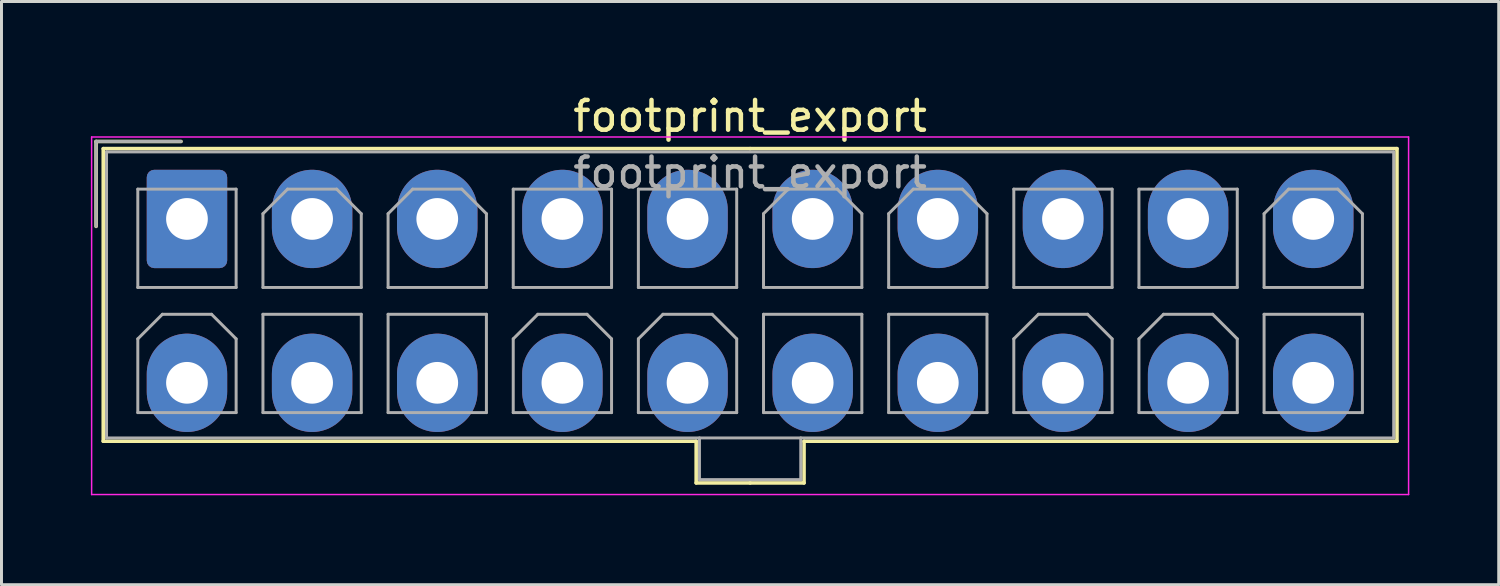
<source format=kicad_pcb>
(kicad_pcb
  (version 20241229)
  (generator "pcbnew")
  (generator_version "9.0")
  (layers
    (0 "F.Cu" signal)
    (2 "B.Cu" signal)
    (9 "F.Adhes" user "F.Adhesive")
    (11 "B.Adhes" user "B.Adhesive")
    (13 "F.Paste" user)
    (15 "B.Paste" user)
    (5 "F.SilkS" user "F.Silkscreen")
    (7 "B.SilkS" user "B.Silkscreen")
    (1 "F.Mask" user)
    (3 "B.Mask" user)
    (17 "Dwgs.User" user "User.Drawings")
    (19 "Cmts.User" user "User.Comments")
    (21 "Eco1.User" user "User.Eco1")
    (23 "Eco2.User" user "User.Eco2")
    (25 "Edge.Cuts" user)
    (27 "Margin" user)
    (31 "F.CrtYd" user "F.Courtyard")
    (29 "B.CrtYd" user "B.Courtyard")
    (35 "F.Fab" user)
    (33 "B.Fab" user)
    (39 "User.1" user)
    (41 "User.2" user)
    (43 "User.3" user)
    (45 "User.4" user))
  (footprint "footprint_export"
    (layer "F.Cu")
    (at 3.225 4.298)
    (property "Reference" "footprint_export" (at 18.9 -3.45 0) (layer "F.SilkS") (effects (font (size 1 1) (thickness 0.15))))
    (attr through_hole)
    (fp_line (start -3.05 -2.6) (end -3.05 0.25) (stroke (width 0.12) (type solid)) (layer "F.SilkS"))
    (fp_line (start -2.81 -2.36) (end -2.81 7.46) (stroke (width 0.12) (type solid)) (layer "F.SilkS"))
    (fp_line (start -2.81 7.46) (end 17.09 7.46) (stroke (width 0.12) (type solid)) (layer "F.SilkS"))
    (fp_line (start -0.2 -2.6) (end -3.05 -2.6) (stroke (width 0.12) (type solid)) (layer "F.SilkS"))
    (fp_line (start 17.09 7.46) (end 17.09 8.86) (stroke (width 0.12) (type solid)) (layer "F.SilkS"))
    (fp_line (start 17.09 8.86) (end 18.9 8.86) (stroke (width 0.12) (type solid)) (layer "F.SilkS"))
    (fp_line (start 18.9 -2.36) (end -2.81 -2.36) (stroke (width 0.12) (type solid)) (layer "F.SilkS"))
    (fp_line (start 18.9 -2.36) (end 40.61 -2.36) (stroke (width 0.12) (type solid)) (layer "F.SilkS"))
    (fp_line (start 20.71 7.46) (end 20.71 8.86) (stroke (width 0.12) (type solid)) (layer "F.SilkS"))
    (fp_line (start 20.71 8.86) (end 18.9 8.86) (stroke (width 0.12) (type solid)) (layer "F.SilkS"))
    (fp_line (start 40.61 -2.36) (end 40.61 7.46) (stroke (width 0.12) (type solid)) (layer "F.SilkS"))
    (fp_line (start 40.61 7.46) (end 20.71 7.46) (stroke (width 0.12) (type solid)) (layer "F.SilkS"))
    (fp_line (start -3.2 -2.75) (end -3.2 9.25) (stroke (width 0.05) (type solid)) (layer "F.CrtYd"))
    (fp_line (start -3.2 9.25) (end 41 9.25) (stroke (width 0.05) (type solid)) (layer "F.CrtYd"))
    (fp_line (start 41 -2.75) (end -3.2 -2.75) (stroke (width 0.05) (type solid)) (layer "F.CrtYd"))
    (fp_line (start 41 9.25) (end 41 -2.75) (stroke (width 0.05) (type solid)) (layer "F.CrtYd"))
    (fp_line (start -3.05 -2.6) (end -3.05 0.25) (stroke (width 0.1) (type solid)) (layer "F.Fab"))
    (fp_line (start -2.7 -2.25) (end -2.7 7.35) (stroke (width 0.1) (type solid)) (layer "F.Fab"))
    (fp_line (start -2.7 7.35) (end 40.5 7.35) (stroke (width 0.1) (type solid)) (layer "F.Fab"))
    (fp_line (start -1.65 -1) (end -1.65 2.3) (stroke (width 0.1) (type solid)) (layer "F.Fab"))
    (fp_line (start -1.65 2.3) (end 1.65 2.3) (stroke (width 0.1) (type solid)) (layer "F.Fab"))
    (fp_line (start -1.65 4.025) (end -0.825 3.2) (stroke (width 0.1) (type solid)) (layer "F.Fab"))
    (fp_line (start -1.65 6.5) (end -1.65 4.025) (stroke (width 0.1) (type solid)) (layer "F.Fab"))
    (fp_line (start -0.825 3.2) (end 0.825 3.2) (stroke (width 0.1) (type solid)) (layer "F.Fab"))
    (fp_line (start -0.2 -2.6) (end -3.05 -2.6) (stroke (width 0.1) (type solid)) (layer "F.Fab"))
    (fp_line (start 0.825 3.2) (end 1.65 4.025) (stroke (width 0.1) (type solid)) (layer "F.Fab"))
    (fp_line (start 1.65 -1) (end -1.65 -1) (stroke (width 0.1) (type solid)) (layer "F.Fab"))
    (fp_line (start 1.65 2.3) (end 1.65 -1) (stroke (width 0.1) (type solid)) (layer "F.Fab"))
    (fp_line (start 1.65 4.025) (end 1.65 6.5) (stroke (width 0.1) (type solid)) (layer "F.Fab"))
    (fp_line (start 1.65 6.5) (end -1.65 6.5) (stroke (width 0.1) (type solid)) (layer "F.Fab"))
    (fp_line (start 2.55 -0.175) (end 3.375 -1) (stroke (width 0.1) (type solid)) (layer "F.Fab"))
    (fp_line (start 2.55 2.3) (end 2.55 -0.175) (stroke (width 0.1) (type solid)) (layer "F.Fab"))
    (fp_line (start 2.55 3.2) (end 2.55 6.5) (stroke (width 0.1) (type solid)) (layer "F.Fab"))
    (fp_line (start 2.55 6.5) (end 5.85 6.5) (stroke (width 0.1) (type solid)) (layer "F.Fab"))
    (fp_line (start 3.375 -1) (end 5.025 -1) (stroke (width 0.1) (type solid)) (layer "F.Fab"))
    (fp_line (start 5.025 -1) (end 5.85 -0.175) (stroke (width 0.1) (type solid)) (layer "F.Fab"))
    (fp_line (start 5.85 -0.175) (end 5.85 2.3) (stroke (width 0.1) (type solid)) (layer "F.Fab"))
    (fp_line (start 5.85 2.3) (end 2.55 2.3) (stroke (width 0.1) (type solid)) (layer "F.Fab"))
    (fp_line (start 5.85 3.2) (end 2.55 3.2) (stroke (width 0.1) (type solid)) (layer "F.Fab"))
    (fp_line (start 5.85 6.5) (end 5.85 3.2) (stroke (width 0.1) (type solid)) (layer "F.Fab"))
    (fp_line (start 6.75 -0.175) (end 7.575 -1) (stroke (width 0.1) (type solid)) (layer "F.Fab"))
    (fp_line (start 6.75 2.3) (end 6.75 -0.175) (stroke (width 0.1) (type solid)) (layer "F.Fab"))
    (fp_line (start 6.75 3.2) (end 6.75 6.5) (stroke (width 0.1) (type solid)) (layer "F.Fab"))
    (fp_line (start 6.75 6.5) (end 10.05 6.5) (stroke (width 0.1) (type solid)) (layer "F.Fab"))
    (fp_line (start 7.575 -1) (end 9.225 -1) (stroke (width 0.1) (type solid)) (layer "F.Fab"))
    (fp_line (start 9.225 -1) (end 10.05 -0.175) (stroke (width 0.1) (type solid)) (layer "F.Fab"))
    (fp_line (start 10.05 -0.175) (end 10.05 2.3) (stroke (width 0.1) (type solid)) (layer "F.Fab"))
    (fp_line (start 10.05 2.3) (end 6.75 2.3) (stroke (width 0.1) (type solid)) (layer "F.Fab"))
    (fp_line (start 10.05 3.2) (end 6.75 3.2) (stroke (width 0.1) (type solid)) (layer "F.Fab"))
    (fp_line (start 10.05 6.5) (end 10.05 3.2) (stroke (width 0.1) (type solid)) (layer "F.Fab"))
    (fp_line (start 10.95 -1) (end 10.95 2.3) (stroke (width 0.1) (type solid)) (layer "F.Fab"))
    (fp_line (start 10.95 2.3) (end 14.25 2.3) (stroke (width 0.1) (type solid)) (layer "F.Fab"))
    (fp_line (start 10.95 4.025) (end 11.775 3.2) (stroke (width 0.1) (type solid)) (layer "F.Fab"))
    (fp_line (start 10.95 6.5) (end 10.95 4.025) (stroke (width 0.1) (type solid)) (layer "F.Fab"))
    (fp_line (start 11.775 3.2) (end 13.425 3.2) (stroke (width 0.1) (type solid)) (layer "F.Fab"))
    (fp_line (start 13.425 3.2) (end 14.25 4.025) (stroke (width 0.1) (type solid)) (layer "F.Fab"))
    (fp_line (start 14.25 -1) (end 10.95 -1) (stroke (width 0.1) (type solid)) (layer "F.Fab"))
    (fp_line (start 14.25 2.3) (end 14.25 -1) (stroke (width 0.1) (type solid)) (layer "F.Fab"))
    (fp_line (start 14.25 4.025) (end 14.25 6.5) (stroke (width 0.1) (type solid)) (layer "F.Fab"))
    (fp_line (start 14.25 6.5) (end 10.95 6.5) (stroke (width 0.1) (type solid)) (layer "F.Fab"))
    (fp_line (start 15.15 -1) (end 15.15 2.3) (stroke (width 0.1) (type solid)) (layer "F.Fab"))
    (fp_line (start 15.15 2.3) (end 18.45 2.3) (stroke (width 0.1) (type solid)) (layer "F.Fab"))
    (fp_line (start 15.15 4.025) (end 15.975 3.2) (stroke (width 0.1) (type solid)) (layer "F.Fab"))
    (fp_line (start 15.15 6.5) (end 15.15 4.025) (stroke (width 0.1) (type solid)) (layer "F.Fab"))
    (fp_line (start 15.975 3.2) (end 17.625 3.2) (stroke (width 0.1) (type solid)) (layer "F.Fab"))
    (fp_line (start 17.2 7.35) (end 17.2 8.75) (stroke (width 0.1) (type solid)) (layer "F.Fab"))
    (fp_line (start 17.2 8.75) (end 20.6 8.75) (stroke (width 0.1) (type solid)) (layer "F.Fab"))
    (fp_line (start 17.625 3.2) (end 18.45 4.025) (stroke (width 0.1) (type solid)) (layer "F.Fab"))
    (fp_line (start 18.45 -1) (end 15.15 -1) (stroke (width 0.1) (type solid)) (layer "F.Fab"))
    (fp_line (start 18.45 2.3) (end 18.45 -1) (stroke (width 0.1) (type solid)) (layer "F.Fab"))
    (fp_line (start 18.45 4.025) (end 18.45 6.5) (stroke (width 0.1) (type solid)) (layer "F.Fab"))
    (fp_line (start 18.45 6.5) (end 15.15 6.5) (stroke (width 0.1) (type solid)) (layer "F.Fab"))
    (fp_line (start 19.35 -0.175) (end 20.175 -1) (stroke (width 0.1) (type solid)) (layer "F.Fab"))
    (fp_line (start 19.35 2.3) (end 19.35 -0.175) (stroke (width 0.1) (type solid)) (layer "F.Fab"))
    (fp_line (start 19.35 3.2) (end 19.35 6.5) (stroke (width 0.1) (type solid)) (layer "F.Fab"))
    (fp_line (start 19.35 6.5) (end 22.65 6.5) (stroke (width 0.1) (type solid)) (layer "F.Fab"))
    (fp_line (start 20.175 -1) (end 21.825 -1) (stroke (width 0.1) (type solid)) (layer "F.Fab"))
    (fp_line (start 20.6 8.75) (end 20.6 7.35) (stroke (width 0.1) (type solid)) (layer "F.Fab"))
    (fp_line (start 21.825 -1) (end 22.65 -0.175) (stroke (width 0.1) (type solid)) (layer "F.Fab"))
    (fp_line (start 22.65 -0.175) (end 22.65 2.3) (stroke (width 0.1) (type solid)) (layer "F.Fab"))
    (fp_line (start 22.65 2.3) (end 19.35 2.3) (stroke (width 0.1) (type solid)) (layer "F.Fab"))
    (fp_line (start 22.65 3.2) (end 19.35 3.2) (stroke (width 0.1) (type solid)) (layer "F.Fab"))
    (fp_line (start 22.65 6.5) (end 22.65 3.2) (stroke (width 0.1) (type solid)) (layer "F.Fab"))
    (fp_line (start 23.55 -0.175) (end 24.375 -1) (stroke (width 0.1) (type solid)) (layer "F.Fab"))
    (fp_line (start 23.55 2.3) (end 23.55 -0.175) (stroke (width 0.1) (type solid)) (layer "F.Fab"))
    (fp_line (start 23.55 3.2) (end 23.55 6.5) (stroke (width 0.1) (type solid)) (layer "F.Fab"))
    (fp_line (start 23.55 6.5) (end 26.85 6.5) (stroke (width 0.1) (type solid)) (layer "F.Fab"))
    (fp_line (start 24.375 -1) (end 26.025 -1) (stroke (width 0.1) (type solid)) (layer "F.Fab"))
    (fp_line (start 26.025 -1) (end 26.85 -0.175) (stroke (width 0.1) (type solid)) (layer "F.Fab"))
    (fp_line (start 26.85 -0.175) (end 26.85 2.3) (stroke (width 0.1) (type solid)) (layer "F.Fab"))
    (fp_line (start 26.85 2.3) (end 23.55 2.3) (stroke (width 0.1) (type solid)) (layer "F.Fab"))
    (fp_line (start 26.85 3.2) (end 23.55 3.2) (stroke (width 0.1) (type solid)) (layer "F.Fab"))
    (fp_line (start 26.85 6.5) (end 26.85 3.2) (stroke (width 0.1) (type solid)) (layer "F.Fab"))
    (fp_line (start 27.75 -1) (end 27.75 2.3) (stroke (width 0.1) (type solid)) (layer "F.Fab"))
    (fp_line (start 27.75 2.3) (end 31.05 2.3) (stroke (width 0.1) (type solid)) (layer "F.Fab"))
    (fp_line (start 27.75 4.025) (end 28.575 3.2) (stroke (width 0.1) (type solid)) (layer "F.Fab"))
    (fp_line (start 27.75 6.5) (end 27.75 4.025) (stroke (width 0.1) (type solid)) (layer "F.Fab"))
    (fp_line (start 28.575 3.2) (end 30.225 3.2) (stroke (width 0.1) (type solid)) (layer "F.Fab"))
    (fp_line (start 30.225 3.2) (end 31.05 4.025) (stroke (width 0.1) (type solid)) (layer "F.Fab"))
    (fp_line (start 31.05 -1) (end 27.75 -1) (stroke (width 0.1) (type solid)) (layer "F.Fab"))
    (fp_line (start 31.05 2.3) (end 31.05 -1) (stroke (width 0.1) (type solid)) (layer "F.Fab"))
    (fp_line (start 31.05 4.025) (end 31.05 6.5) (stroke (width 0.1) (type solid)) (layer "F.Fab"))
    (fp_line (start 31.05 6.5) (end 27.75 6.5) (stroke (width 0.1) (type solid)) (layer "F.Fab"))
    (fp_line (start 31.95 -1) (end 31.95 2.3) (stroke (width 0.1) (type solid)) (layer "F.Fab"))
    (fp_line (start 31.95 2.3) (end 35.25 2.3) (stroke (width 0.1) (type solid)) (layer "F.Fab"))
    (fp_line (start 31.95 4.025) (end 32.775 3.2) (stroke (width 0.1) (type solid)) (layer "F.Fab"))
    (fp_line (start 31.95 6.5) (end 31.95 4.025) (stroke (width 0.1) (type solid)) (layer "F.Fab"))
    (fp_line (start 32.775 3.2) (end 34.425 3.2) (stroke (width 0.1) (type solid)) (layer "F.Fab"))
    (fp_line (start 34.425 3.2) (end 35.25 4.025) (stroke (width 0.1) (type solid)) (layer "F.Fab"))
    (fp_line (start 35.25 -1) (end 31.95 -1) (stroke (width 0.1) (type solid)) (layer "F.Fab"))
    (fp_line (start 35.25 2.3) (end 35.25 -1) (stroke (width 0.1) (type solid)) (layer "F.Fab"))
    (fp_line (start 35.25 4.025) (end 35.25 6.5) (stroke (width 0.1) (type solid)) (layer "F.Fab"))
    (fp_line (start 35.25 6.5) (end 31.95 6.5) (stroke (width 0.1) (type solid)) (layer "F.Fab"))
    (fp_line (start 36.15 -0.175) (end 36.975 -1) (stroke (width 0.1) (type solid)) (layer "F.Fab"))
    (fp_line (start 36.15 2.3) (end 36.15 -0.175) (stroke (width 0.1) (type solid)) (layer "F.Fab"))
    (fp_line (start 36.15 3.2) (end 36.15 6.5) (stroke (width 0.1) (type solid)) (layer "F.Fab"))
    (fp_line (start 36.15 6.5) (end 39.45 6.5) (stroke (width 0.1) (type solid)) (layer "F.Fab"))
    (fp_line (start 36.975 -1) (end 38.625 -1) (stroke (width 0.1) (type solid)) (layer "F.Fab"))
    (fp_line (start 38.625 -1) (end 39.45 -0.175) (stroke (width 0.1) (type solid)) (layer "F.Fab"))
    (fp_line (start 39.45 -0.175) (end 39.45 2.3) (stroke (width 0.1) (type solid)) (layer "F.Fab"))
    (fp_line (start 39.45 2.3) (end 36.15 2.3) (stroke (width 0.1) (type solid)) (layer "F.Fab"))
    (fp_line (start 39.45 3.2) (end 36.15 3.2) (stroke (width 0.1) (type solid)) (layer "F.Fab"))
    (fp_line (start 39.45 6.5) (end 39.45 3.2) (stroke (width 0.1) (type solid)) (layer "F.Fab"))
    (fp_line (start 40.5 -2.25) (end -2.7 -2.25) (stroke (width 0.1) (type solid)) (layer "F.Fab"))
    (fp_line (start 40.5 7.35) (end 40.5 -2.25) (stroke (width 0.1) (type solid)) (layer "F.Fab"))
    (fp_text user "${REFERENCE}" (at 18.9 -1.55 0) (layer "F.Fab") (effects (font (size 1 1) (thickness 0.15))))
    (pad "1" thru_hole roundrect (at 0 0) (size 2.7 3.3) (drill 1.4) (layers "*.Cu" "*.Mask") (roundrect_rratio 0.093))
    (pad "2" thru_hole oval (at 4.2 0) (size 2.7 3.3) (drill 1.4) (layers "*.Cu" "*.Mask"))
    (pad "3" thru_hole oval (at 8.4 0) (size 2.7 3.3) (drill 1.4) (layers "*.Cu" "*.Mask"))
    (pad "4" thru_hole oval (at 12.6 0) (size 2.7 3.3) (drill 1.4) (layers "*.Cu" "*.Mask"))
    (pad "5" thru_hole oval (at 16.8 0) (size 2.7 3.3) (drill 1.4) (layers "*.Cu" "*.Mask"))
    (pad "6" thru_hole oval (at 21 0) (size 2.7 3.3) (drill 1.4) (layers "*.Cu" "*.Mask"))
    (pad "7" thru_hole oval (at 25.2 0) (size 2.7 3.3) (drill 1.4) (layers "*.Cu" "*.Mask"))
    (pad "8" thru_hole oval (at 29.4 0) (size 2.7 3.3) (drill 1.4) (layers "*.Cu" "*.Mask"))
    (pad "9" thru_hole oval (at 33.6 0) (size 2.7 3.3) (drill 1.4) (layers "*.Cu" "*.Mask"))
    (pad "10" thru_hole oval (at 37.8 0) (size 2.7 3.3) (drill 1.4) (layers "*.Cu" "*.Mask"))
    (pad "11" thru_hole oval (at 0 5.5) (size 2.7 3.3) (drill 1.4) (layers "*.Cu" "*.Mask"))
    (pad "12" thru_hole oval (at 4.2 5.5) (size 2.7 3.3) (drill 1.4) (layers "*.Cu" "*.Mask"))
    (pad "13" thru_hole oval (at 8.4 5.5) (size 2.7 3.3) (drill 1.4) (layers "*.Cu" "*.Mask"))
    (pad "14" thru_hole oval (at 12.6 5.5) (size 2.7 3.3) (drill 1.4) (layers "*.Cu" "*.Mask"))
    (pad "15" thru_hole oval (at 16.8 5.5) (size 2.7 3.3) (drill 1.4) (layers "*.Cu" "*.Mask"))
    (pad "16" thru_hole oval (at 21 5.5) (size 2.7 3.3) (drill 1.4) (layers "*.Cu" "*.Mask"))
    (pad "17" thru_hole oval (at 25.2 5.5) (size 2.7 3.3) (drill 1.4) (layers "*.Cu" "*.Mask"))
    (pad "18" thru_hole oval (at 29.4 5.5) (size 2.7 3.3) (drill 1.4) (layers "*.Cu" "*.Mask"))
    (pad "19" thru_hole oval (at 33.6 5.5) (size 2.7 3.3) (drill 1.4) (layers "*.Cu" "*.Mask"))
    (pad "20" thru_hole oval (at 37.8 5.5) (size 2.7 3.3) (drill 1.4) (layers "*.Cu" "*.Mask")))
  (gr_rect
    (start -3 -3)
    (end 47.25 16.573)
    (stroke (width 0.1) (type default))
    (fill no)
    (layer "Edge.Cuts")))
</source>
